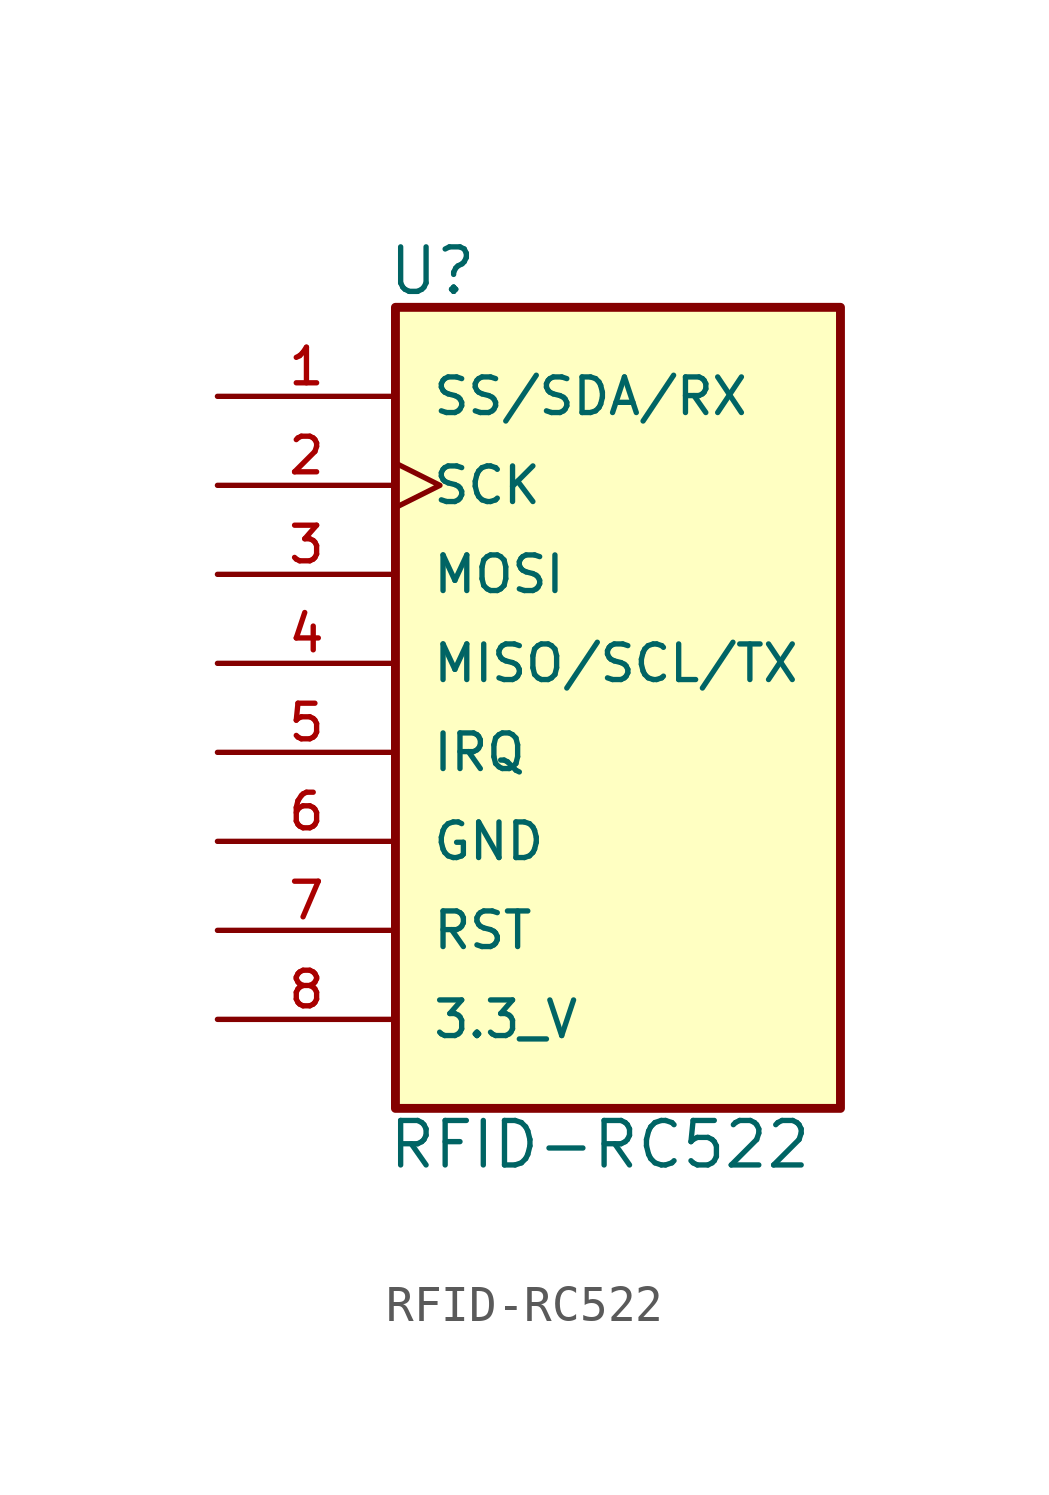
<source format=kicad_sym>
(kicad_symbol_lib
  (version 20241209)
  (generator "kicad_symbol_editor")
  (generator_version "9.0")
  (symbol "RFID-RC522"
    (pin_names
      (offset 1.016))
    (property "Reference" "U"
      (at -6.604 13.208 0)
      (effects (font (size 1.27 1.27)) (justify left top)))
    (property "Value" "RFID-RC522"
      (at -6.604 -13.208 0)
      (effects (font (size 1.27 1.27)) (justify left bottom)))
    (symbol "RFID-RC522_0_0"
      (rectangle (start -6.35 11.43) (end 6.35 -11.43) (stroke (width 0.254) (type default)) (fill (type background))))
    (symbol "RFID-RC522_1_0"
      (pin bidirectional line (at -11.43 8.89 0) (length 5.08) (name "SS/SDA/RX" (effects (font (size 1.016 1.016)))) (number "1" (effects (font (size 1.016 1.016)))))
      (pin input clock (at -11.43 6.35 0) (length 5.08) (name "SCK" (effects (font (size 1.016 1.016)))) (number "2" (effects (font (size 1.016 1.016)))))
      (pin input line (at -11.43 3.81 0) (length 5.08) (name "MOSI" (effects (font (size 1.016 1.016)))) (number "3" (effects (font (size 1.016 1.016)))))
      (pin bidirectional line (at -11.43 1.27 0) (length 5.08) (name "MISO/SCL/TX" (effects (font (size 1.016 1.016)))) (number "4" (effects (font (size 1.016 1.016)))))
      (pin output line (at -11.43 -1.27 0) (length 5.08) (name "IRQ" (effects (font (size 1.016 1.016)))) (number "5" (effects (font (size 1.016 1.016)))))
      (pin power_in line (at -11.43 -3.81 0) (length 5.08) (name "GND" (effects (font (size 1.016 1.016)))) (number "6" (effects (font (size 1.016 1.016)))))
      (pin input line (at -11.43 -6.35 0) (length 5.08) (name "RST" (effects (font (size 1.016 1.016)))) (number "7" (effects (font (size 1.016 1.016)))))
      (pin power_in line (at -11.43 -8.89 0) (length 5.08) (name "3.3_V" (effects (font (size 1.016 1.016)))) (number "8" (effects (font (size 1.016 1.016))))))))
</source>
